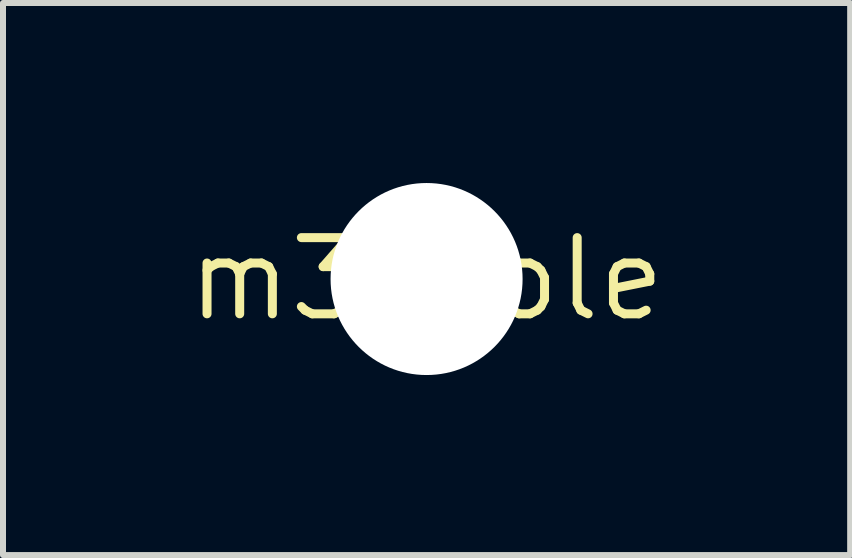
<source format=kicad_pcb>
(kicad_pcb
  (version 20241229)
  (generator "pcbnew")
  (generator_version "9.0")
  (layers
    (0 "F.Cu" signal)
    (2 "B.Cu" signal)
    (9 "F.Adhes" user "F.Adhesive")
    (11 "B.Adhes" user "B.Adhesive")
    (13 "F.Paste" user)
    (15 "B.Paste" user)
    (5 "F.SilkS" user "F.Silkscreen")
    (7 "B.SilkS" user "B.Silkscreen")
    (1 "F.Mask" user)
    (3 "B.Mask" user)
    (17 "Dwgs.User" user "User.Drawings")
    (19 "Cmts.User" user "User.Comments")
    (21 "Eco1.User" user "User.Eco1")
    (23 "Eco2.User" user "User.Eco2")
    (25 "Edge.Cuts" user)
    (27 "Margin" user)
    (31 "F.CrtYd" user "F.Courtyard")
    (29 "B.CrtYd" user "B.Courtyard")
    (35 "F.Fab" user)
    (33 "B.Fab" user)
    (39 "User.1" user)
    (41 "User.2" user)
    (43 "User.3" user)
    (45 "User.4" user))
  (footprint "m3_hole"
    (layer "F.Cu")
    (at 4.059 1.6)
    (property "Reference" "m3_hole" (at 0 0 0) (layer "F.SilkS") (effects (font (size 1.27 1.27) (thickness 0.15))))
    (attr through_hole)
    (pad "" np_thru_hole circle (at 0 0) (size 3.2 3.2) (drill 3.2) (layers "*.Cu")))
  (gr_rect
    (start -3 -3)
    (end 11.118 6.2)
    (stroke (width 0.1) (type default))
    (fill no)
    (layer "Edge.Cuts")))
</source>
